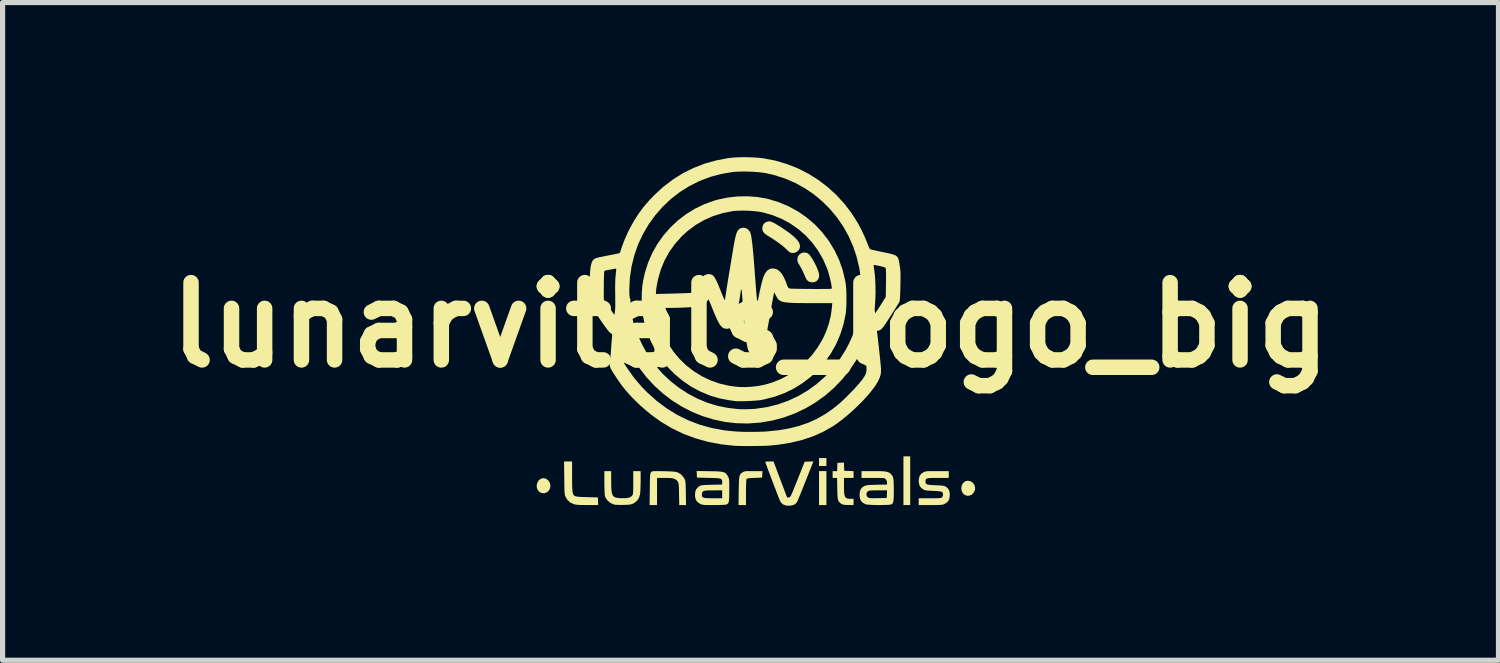
<source format=kicad_pcb>
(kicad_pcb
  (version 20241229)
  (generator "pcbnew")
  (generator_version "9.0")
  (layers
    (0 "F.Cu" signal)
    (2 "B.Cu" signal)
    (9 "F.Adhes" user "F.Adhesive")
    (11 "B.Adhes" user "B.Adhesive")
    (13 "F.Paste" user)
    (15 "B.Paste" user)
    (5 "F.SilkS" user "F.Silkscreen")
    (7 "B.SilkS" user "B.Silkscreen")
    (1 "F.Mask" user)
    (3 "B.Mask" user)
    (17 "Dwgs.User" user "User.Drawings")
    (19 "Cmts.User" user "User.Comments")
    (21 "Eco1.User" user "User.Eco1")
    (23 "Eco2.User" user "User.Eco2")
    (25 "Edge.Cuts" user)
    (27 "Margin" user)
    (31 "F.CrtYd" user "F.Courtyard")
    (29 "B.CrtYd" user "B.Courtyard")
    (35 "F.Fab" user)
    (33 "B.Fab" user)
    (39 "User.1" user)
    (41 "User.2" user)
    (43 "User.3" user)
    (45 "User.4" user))
  (footprint "lunarvitals_logo_big"
    (layer "F.Cu")
    (at 11.514 3.256)
    (property "Reference" "lunarvitals_logo_big" (at 0 0 0) (layer "F.SilkS") (effects (font (size 1.5 1.5) (thickness 0.3))))
    (attr board_only exclude_from_pos_files exclude_from_bom)
    (fp_poly (pts (xy 1.473 2.66) (xy 1.473 2.737) (xy 1.401 2.737) (xy 1.33 2.737) (xy 1.33 2.66) (xy 1.33 2.583) (xy 1.401 2.583) (xy 1.473 2.583)) (stroke (width 0) (type solid)) (fill yes) (layer "F.SilkS"))
    (fp_poly (pts (xy 1.473 3.165) (xy 1.473 3.495) (xy 1.401 3.495) (xy 1.33 3.495) (xy 1.33 3.165) (xy 1.33 2.836) (xy 1.401 2.836) (xy 1.473 2.836)) (stroke (width 0) (type solid)) (fill yes) (layer "F.SilkS"))
    (fp_poly (pts (xy 3.099 3.023) (xy 3.099 3.495) (xy 3.033 3.495) (xy 2.968 3.495) (xy 2.968 3.023) (xy 2.968 2.55) (xy 3.033 2.55) (xy 3.099 2.55)) (stroke (width 0) (type solid)) (fill yes) (layer "F.SilkS"))
    (fp_poly (pts (xy -3.97 2.984) (xy -3.931 3.01) (xy -3.9 3.051) (xy -3.889 3.08) (xy -3.883 3.132) (xy -3.894 3.18) (xy -3.92 3.221) (xy -3.958 3.251) (xy -4.003 3.266) (xy -4.052 3.262) (xy -4.096 3.241) (xy -4.128 3.205) (xy -4.146 3.16) (xy -4.149 3.11) (xy -4.137 3.061) (xy -4.109 3.015) (xy -4.1 3.006) (xy -4.059 2.98) (xy -4.014 2.973)) (stroke (width 0) (type solid)) (fill yes) (layer "F.SilkS"))
    (fp_poly (pts (xy 4.269 3.033) (xy 4.311 3.06) (xy 4.342 3.099) (xy 4.358 3.147) (xy 4.357 3.198) (xy 4.354 3.207) (xy 4.33 3.256) (xy 4.295 3.292) (xy 4.251 3.312) (xy 4.204 3.315) (xy 4.158 3.299) (xy 4.157 3.298) (xy 4.12 3.264) (xy 4.098 3.221) (xy 4.091 3.174) (xy 4.096 3.127) (xy 4.114 3.084) (xy 4.144 3.05) (xy 4.183 3.028) (xy 4.219 3.023)) (stroke (width 0) (type solid)) (fill yes) (layer "F.SilkS"))
    (fp_poly (pts (xy 0.229 2.899) (xy 0.225 2.962) (xy 0.079 2.968) (xy 0.016 2.97) (xy -0.028 2.974) (xy -0.056 2.979) (xy -0.072 2.985) (xy -0.077 2.99) (xy -0.08 3.005) (xy -0.083 3.039) (xy -0.085 3.088) (xy -0.087 3.149) (xy -0.088 3.218) (xy -0.088 3.251) (xy -0.088 3.495) (xy -0.16 3.495) (xy -0.232 3.495) (xy -0.229 3.223) (xy -0.227 3.131) (xy -0.225 3.058) (xy -0.223 3.002) (xy -0.218 2.96) (xy -0.211 2.928) (xy -0.202 2.905) (xy -0.189 2.888) (xy -0.172 2.873) (xy -0.155 2.861) (xy -0.14 2.851) (xy -0.123 2.845) (xy -0.103 2.84) (xy -0.073 2.837) (xy -0.031 2.836) (xy 0.027 2.836) (xy 0.057 2.836) (xy 0.232 2.836)) (stroke (width 0) (type solid)) (fill yes) (layer "F.SilkS"))
    (fp_poly (pts (xy 1.08 -1.402) (xy 1.11 -1.39) (xy 1.137 -1.369) (xy 1.168 -1.33) (xy 1.202 -1.278) (xy 1.237 -1.217) (xy 1.271 -1.15) (xy 1.301 -1.081) (xy 1.317 -1.037) (xy 1.331 -0.986) (xy 1.332 -0.944) (xy 1.32 -0.904) (xy 1.309 -0.881) (xy 1.281 -0.85) (xy 1.241 -0.832) (xy 1.194 -0.826) (xy 1.149 -0.835) (xy 1.127 -0.846) (xy 1.11 -0.858) (xy 1.096 -0.872) (xy 1.083 -0.891) (xy 1.068 -0.92) (xy 1.05 -0.963) (xy 1.037 -0.992) (xy 1.013 -1.045) (xy 0.984 -1.102) (xy 0.955 -1.151) (xy 0.928 -1.198) (xy 0.913 -1.235) (xy 0.909 -1.267) (xy 0.909 -1.27) (xy 0.918 -1.322) (xy 0.944 -1.363) (xy 0.983 -1.392) (xy 1.029 -1.406)) (stroke (width 0) (type solid)) (fill yes) (layer "F.SilkS"))
    (fp_poly (pts (xy 0.398 -2.004) (xy 0.447 -1.983) (xy 0.512 -1.947) (xy 0.593 -1.897) (xy 0.654 -1.856) (xy 0.752 -1.787) (xy 0.83 -1.725) (xy 0.89 -1.668) (xy 0.931 -1.617) (xy 0.954 -1.569) (xy 0.961 -1.524) (xy 0.951 -1.481) (xy 0.936 -1.453) (xy 0.904 -1.422) (xy 0.861 -1.402) (xy 0.814 -1.396) (xy 0.771 -1.406) (xy 0.764 -1.409) (xy 0.746 -1.423) (xy 0.718 -1.448) (xy 0.686 -1.478) (xy 0.681 -1.483) (xy 0.642 -1.519) (xy 0.587 -1.562) (xy 0.522 -1.61) (xy 0.45 -1.659) (xy 0.376 -1.707) (xy 0.325 -1.737) (xy 0.271 -1.777) (xy 0.239 -1.82) (xy 0.227 -1.868) (xy 0.237 -1.921) (xy 0.252 -1.955) (xy 0.277 -1.982) (xy 0.316 -2.002) (xy 0.359 -2.011) (xy 0.364 -2.011)) (stroke (width 0) (type solid)) (fill yes) (layer "F.SilkS"))
    (fp_poly (pts (xy -3.462 2.94) (xy -3.462 3.038) (xy -3.461 3.117) (xy -3.458 3.178) (xy -3.455 3.224) (xy -3.449 3.259) (xy -3.441 3.284) (xy -3.43 3.301) (xy -3.417 3.314) (xy -3.405 3.321) (xy -3.385 3.327) (xy -3.347 3.333) (xy -3.29 3.337) (xy -3.213 3.34) (xy -3.171 3.341) (xy -2.962 3.347) (xy -2.959 3.421) (xy -2.956 3.495) (xy -3.168 3.495) (xy -3.246 3.494) (xy -3.306 3.493) (xy -3.351 3.491) (xy -3.386 3.487) (xy -3.414 3.481) (xy -3.438 3.474) (xy -3.502 3.443) (xy -3.552 3.397) (xy -3.586 3.342) (xy -3.593 3.326) (xy -3.599 3.311) (xy -3.603 3.292) (xy -3.606 3.267) (xy -3.609 3.234) (xy -3.611 3.189) (xy -3.612 3.131) (xy -3.613 3.055) (xy -3.614 2.97) (xy -3.618 2.649) (xy -3.54 2.649) (xy -3.462 2.649)) (stroke (width 0) (type solid)) (fill yes) (layer "F.SilkS"))
    (fp_poly (pts (xy 1.816 2.75) (xy 1.819 2.83) (xy 1.91 2.833) (xy 2 2.837) (xy 2 2.902) (xy 2 2.968) (xy 1.907 2.968) (xy 1.814 2.968) (xy 1.814 3.119) (xy 1.814 3.2) (xy 1.818 3.263) (xy 1.826 3.308) (xy 1.838 3.339) (xy 1.858 3.359) (xy 1.885 3.37) (xy 1.922 3.374) (xy 1.946 3.374) (xy 2 3.374) (xy 2 3.435) (xy 2 3.495) (xy 1.91 3.494) (xy 1.865 3.493) (xy 1.826 3.49) (xy 1.801 3.488) (xy 1.797 3.487) (xy 1.751 3.465) (xy 1.714 3.427) (xy 1.706 3.414) (xy 1.699 3.397) (xy 1.694 3.374) (xy 1.69 3.341) (xy 1.687 3.295) (xy 1.685 3.232) (xy 1.684 3.174) (xy 1.68 2.968) (xy 1.637 2.968) (xy 1.594 2.968) (xy 1.594 2.902) (xy 1.594 2.836) (xy 1.637 2.836) (xy 1.681 2.836) (xy 1.684 2.756) (xy 1.687 2.676) (xy 1.75 2.673) (xy 1.813 2.67)) (stroke (width 0) (type solid)) (fill yes) (layer "F.SilkS"))
    (fp_poly (pts (xy -1.798 2.836) (xy -1.735 2.837) (xy -1.682 2.838) (xy -1.598 2.84) (xy -1.532 2.843) (xy -1.481 2.847) (xy -1.442 2.853) (xy -1.411 2.863) (xy -1.385 2.876) (xy -1.36 2.893) (xy -1.342 2.908) (xy -1.314 2.937) (xy -1.288 2.973) (xy -1.283 2.983) (xy -1.275 2.999) (xy -1.268 3.017) (xy -1.264 3.039) (xy -1.261 3.068) (xy -1.258 3.109) (xy -1.257 3.164) (xy -1.255 3.236) (xy -1.255 3.262) (xy -1.251 3.495) (xy -1.317 3.495) (xy -1.383 3.495) (xy -1.387 3.282) (xy -1.388 3.207) (xy -1.39 3.151) (xy -1.392 3.111) (xy -1.395 3.082) (xy -1.4 3.063) (xy -1.406 3.048) (xy -1.413 3.037) (xy -1.435 3.011) (xy -1.461 2.993) (xy -1.493 2.98) (xy -1.536 2.972) (xy -1.594 2.968) (xy -1.662 2.968) (xy -1.814 2.968) (xy -1.814 3.231) (xy -1.814 3.495) (xy -1.886 3.495) (xy -1.958 3.495) (xy -1.954 3.188) (xy -1.953 3.098) (xy -1.952 3.027) (xy -1.951 2.973) (xy -1.949 2.932) (xy -1.946 2.904) (xy -1.943 2.884) (xy -1.938 2.871) (xy -1.933 2.862) (xy -1.929 2.858) (xy -1.921 2.85) (xy -1.912 2.844) (xy -1.898 2.84) (xy -1.876 2.837) (xy -1.844 2.836)) (stroke (width 0) (type solid)) (fill yes) (layer "F.SilkS"))
    (fp_poly (pts (xy -2.703 3.036) (xy -2.702 3.128) (xy -2.699 3.201) (xy -2.691 3.256) (xy -2.679 3.297) (xy -2.66 3.325) (xy -2.632 3.344) (xy -2.595 3.354) (xy -2.547 3.36) (xy -2.509 3.362) (xy -2.433 3.362) (xy -2.376 3.355) (xy -2.334 3.342) (xy -2.304 3.32) (xy -2.298 3.312) (xy -2.29 3.301) (xy -2.284 3.288) (xy -2.28 3.27) (xy -2.278 3.243) (xy -2.276 3.205) (xy -2.275 3.152) (xy -2.275 3.08) (xy -2.275 3.059) (xy -2.275 2.836) (xy -2.204 2.836) (xy -2.132 2.836) (xy -2.132 3.025) (xy -2.133 3.093) (xy -2.135 3.159) (xy -2.137 3.217) (xy -2.141 3.262) (xy -2.143 3.281) (xy -2.164 3.353) (xy -2.202 3.411) (xy -2.256 3.454) (xy -2.269 3.462) (xy -2.294 3.473) (xy -2.317 3.481) (xy -2.344 3.486) (xy -2.38 3.489) (xy -2.43 3.491) (xy -2.473 3.492) (xy -2.53 3.492) (xy -2.581 3.491) (xy -2.622 3.489) (xy -2.646 3.486) (xy -2.649 3.485) (xy -2.715 3.455) (xy -2.769 3.413) (xy -2.808 3.361) (xy -2.824 3.322) (xy -2.828 3.299) (xy -2.831 3.257) (xy -2.833 3.202) (xy -2.835 3.137) (xy -2.836 3.067) (xy -2.836 3.058) (xy -2.836 2.836) (xy -2.77 2.836) (xy -2.704 2.836)) (stroke (width 0) (type solid)) (fill yes) (layer "F.SilkS"))
    (fp_poly (pts (xy 1.21 2.675) (xy 1.194 2.715) (xy 1.173 2.769) (xy 1.147 2.834) (xy 1.119 2.906) (xy 1.088 2.983) (xy 1.056 3.062) (xy 1.025 3.14) (xy 0.995 3.215) (xy 0.968 3.282) (xy 0.944 3.34) (xy 0.925 3.386) (xy 0.912 3.417) (xy 0.907 3.428) (xy 0.887 3.457) (xy 0.865 3.478) (xy 0.825 3.496) (xy 0.773 3.506) (xy 0.719 3.507) (xy 0.695 3.505) (xy 0.64 3.487) (xy 0.599 3.454) (xy 0.572 3.413) (xy 0.565 3.394) (xy 0.55 3.359) (xy 0.531 3.31) (xy 0.508 3.25) (xy 0.482 3.181) (xy 0.453 3.107) (xy 0.424 3.03) (xy 0.395 2.954) (xy 0.368 2.88) (xy 0.342 2.813) (xy 0.321 2.753) (xy 0.303 2.706) (xy 0.291 2.672) (xy 0.286 2.656) (xy 0.286 2.655) (xy 0.296 2.652) (xy 0.322 2.65) (xy 0.36 2.649) (xy 0.366 2.649) (xy 0.447 2.649) (xy 0.578 2.998) (xy 0.71 3.347) (xy 0.742 3.347) (xy 0.751 3.346) (xy 0.759 3.344) (xy 0.767 3.337) (xy 0.777 3.325) (xy 0.788 3.304) (xy 0.802 3.273) (xy 0.821 3.229) (xy 0.844 3.172) (xy 0.874 3.098) (xy 0.911 3.006) (xy 0.913 3.001) (xy 1.051 2.654) (xy 1.135 2.651) (xy 1.22 2.648)) (stroke (width 0) (type solid)) (fill yes) (layer "F.SilkS"))
    (fp_poly (pts (xy 3.847 2.902) (xy 3.847 2.968) (xy 3.639 2.968) (xy 3.56 2.968) (xy 3.5 2.969) (xy 3.457 2.973) (xy 3.428 2.979) (xy 3.41 2.988) (xy 3.4 3.002) (xy 3.397 3.02) (xy 3.396 3.038) (xy 3.398 3.062) (xy 3.405 3.079) (xy 3.42 3.091) (xy 3.447 3.099) (xy 3.488 3.105) (xy 3.546 3.108) (xy 3.593 3.11) (xy 3.658 3.113) (xy 3.705 3.116) (xy 3.739 3.121) (xy 3.763 3.127) (xy 3.782 3.135) (xy 3.794 3.141) (xy 3.834 3.176) (xy 3.859 3.223) (xy 3.867 3.283) (xy 3.867 3.315) (xy 3.858 3.373) (xy 3.838 3.416) (xy 3.804 3.45) (xy 3.77 3.47) (xy 3.752 3.479) (xy 3.735 3.485) (xy 3.713 3.489) (xy 3.685 3.492) (xy 3.646 3.494) (xy 3.594 3.495) (xy 3.524 3.495) (xy 3.493 3.495) (xy 3.264 3.495) (xy 3.264 3.429) (xy 3.264 3.363) (xy 3.482 3.363) (xy 3.558 3.363) (xy 3.614 3.362) (xy 3.654 3.361) (xy 3.682 3.359) (xy 3.7 3.355) (xy 3.712 3.349) (xy 3.719 3.343) (xy 3.733 3.315) (xy 3.736 3.281) (xy 3.727 3.251) (xy 3.719 3.241) (xy 3.701 3.234) (xy 3.666 3.228) (xy 3.613 3.223) (xy 3.546 3.22) (xy 3.481 3.217) (xy 3.434 3.214) (xy 3.4 3.209) (xy 3.375 3.203) (xy 3.356 3.194) (xy 3.352 3.192) (xy 3.306 3.155) (xy 3.277 3.109) (xy 3.265 3.049) (xy 3.264 3.029) (xy 3.271 2.964) (xy 3.291 2.914) (xy 3.326 2.877) (xy 3.352 2.861) (xy 3.37 2.852) (xy 3.387 2.846) (xy 3.408 2.841) (xy 3.436 2.838) (xy 3.474 2.837) (xy 3.526 2.836) (xy 3.596 2.836) (xy 3.623 2.836) (xy 3.847 2.836)) (stroke (width 0) (type solid)) (fill yes) (layer "F.SilkS"))
    (fp_poly (pts (xy 2.388 2.836) (xy 2.476 2.836) (xy 2.546 2.838) (xy 2.6 2.842) (xy 2.641 2.848) (xy 2.673 2.858) (xy 2.698 2.871) (xy 2.719 2.888) (xy 2.733 2.903) (xy 2.749 2.922) (xy 2.761 2.943) (xy 2.769 2.969) (xy 2.775 3.004) (xy 2.778 3.051) (xy 2.78 3.112) (xy 2.781 3.192) (xy 2.781 3.204) (xy 2.78 3.287) (xy 2.779 3.35) (xy 2.775 3.397) (xy 2.77 3.431) (xy 2.762 3.454) (xy 2.75 3.47) (xy 2.735 3.48) (xy 2.73 3.483) (xy 2.708 3.487) (xy 2.669 3.491) (xy 2.617 3.493) (xy 2.556 3.494) (xy 2.49 3.495) (xy 2.423 3.494) (xy 2.361 3.492) (xy 2.306 3.489) (xy 2.264 3.486) (xy 2.238 3.481) (xy 2.237 3.481) (xy 2.181 3.452) (xy 2.144 3.415) (xy 2.124 3.366) (xy 2.116 3.302) (xy 2.116 3.3) (xy 2.117 3.295) (xy 2.249 3.295) (xy 2.262 3.329) (xy 2.275 3.343) (xy 2.287 3.351) (xy 2.302 3.356) (xy 2.324 3.36) (xy 2.356 3.361) (xy 2.403 3.362) (xy 2.469 3.361) (xy 2.472 3.361) (xy 2.643 3.358) (xy 2.647 3.284) (xy 2.65 3.209) (xy 2.475 3.209) (xy 2.407 3.21) (xy 2.359 3.211) (xy 2.324 3.213) (xy 2.301 3.217) (xy 2.286 3.222) (xy 2.275 3.23) (xy 2.254 3.259) (xy 2.249 3.295) (xy 2.117 3.295) (xy 2.122 3.236) (xy 2.139 3.187) (xy 2.172 3.15) (xy 2.204 3.129) (xy 2.222 3.12) (xy 2.241 3.114) (xy 2.267 3.11) (xy 2.301 3.106) (xy 2.349 3.104) (xy 2.413 3.102) (xy 2.448 3.101) (xy 2.649 3.097) (xy 2.649 3.056) (xy 2.641 3.016) (xy 2.623 2.991) (xy 2.614 2.983) (xy 2.603 2.977) (xy 2.587 2.973) (xy 2.563 2.97) (xy 2.527 2.969) (xy 2.478 2.968) (xy 2.411 2.968) (xy 2.376 2.968) (xy 2.154 2.968) (xy 2.154 2.902) (xy 2.154 2.836)) (stroke (width 0) (type solid)) (fill yes) (layer "F.SilkS"))
    (fp_poly (pts (xy -0.795 2.838) (xy -0.705 2.839) (xy -0.634 2.842) (xy -0.58 2.846) (xy -0.539 2.852) (xy -0.508 2.862) (xy -0.485 2.876) (xy -0.466 2.895) (xy -0.449 2.92) (xy -0.439 2.937) (xy -0.43 2.954) (xy -0.423 2.97) (xy -0.418 2.989) (xy -0.415 3.015) (xy -0.413 3.05) (xy -0.412 3.099) (xy -0.412 3.164) (xy -0.412 3.204) (xy -0.413 3.287) (xy -0.414 3.35) (xy -0.417 3.398) (xy -0.422 3.431) (xy -0.43 3.454) (xy -0.442 3.47) (xy -0.457 3.48) (xy -0.468 3.485) (xy -0.488 3.488) (xy -0.525 3.491) (xy -0.577 3.493) (xy -0.638 3.495) (xy -0.707 3.495) (xy -0.713 3.495) (xy -0.788 3.495) (xy -0.844 3.494) (xy -0.886 3.493) (xy -0.917 3.49) (xy -0.94 3.486) (xy -0.958 3.48) (xy -0.976 3.472) (xy -0.979 3.47) (xy -1.027 3.438) (xy -1.058 3.398) (xy -1.074 3.346) (xy -1.076 3.31) (xy -0.943 3.31) (xy -0.938 3.33) (xy -0.925 3.345) (xy -0.901 3.354) (xy -0.863 3.36) (xy -0.81 3.362) (xy -0.737 3.363) (xy -0.723 3.363) (xy -0.55 3.363) (xy -0.55 3.286) (xy -0.55 3.209) (xy -0.717 3.21) (xy -0.792 3.21) (xy -0.849 3.212) (xy -0.889 3.217) (xy -0.915 3.226) (xy -0.931 3.239) (xy -0.939 3.257) (xy -0.943 3.282) (xy -0.943 3.283) (xy -0.943 3.31) (xy -1.076 3.31) (xy -1.077 3.297) (xy -1.071 3.233) (xy -1.051 3.184) (xy -1.015 3.145) (xy -0.989 3.128) (xy -0.973 3.119) (xy -0.955 3.113) (xy -0.93 3.109) (xy -0.896 3.106) (xy -0.849 3.104) (xy -0.785 3.102) (xy -0.75 3.101) (xy -0.55 3.097) (xy -0.55 3.057) (xy -0.55 3.03) (xy -0.554 3.01) (xy -0.562 2.996) (xy -0.579 2.985) (xy -0.607 2.978) (xy -0.648 2.973) (xy -0.705 2.97) (xy -0.78 2.968) (xy -0.81 2.968) (xy -1.039 2.962) (xy -1.042 2.898) (xy -1.045 2.834)) (stroke (width 0) (type solid)) (fill yes) (layer "F.SilkS"))
    (fp_poly (pts (xy 0.132 -2.483) (xy 0.314 -2.452) (xy 0.346 -2.444) (xy 0.546 -2.383) (xy 0.737 -2.303) (xy 0.918 -2.205) (xy 1.087 -2.088) (xy 1.243 -1.956) (xy 1.384 -1.807) (xy 1.51 -1.644) (xy 1.533 -1.61) (xy 1.637 -1.436) (xy 1.721 -1.257) (xy 1.787 -1.07) (xy 1.835 -0.872) (xy 1.848 -0.797) (xy 1.854 -0.742) (xy 1.859 -0.671) (xy 1.861 -0.59) (xy 1.862 -0.503) (xy 1.861 -0.416) (xy 1.858 -0.335) (xy 1.853 -0.266) (xy 1.848 -0.22) (xy 1.805 -0.013) (xy 1.742 0.185) (xy 1.661 0.373) (xy 1.562 0.549) (xy 1.447 0.714) (xy 1.317 0.865) (xy 1.173 1.003) (xy 1.015 1.125) (xy 0.844 1.232) (xy 0.662 1.321) (xy 0.47 1.392) (xy 0.268 1.444) (xy 0.198 1.458) (xy 0.157 1.463) (xy 0.101 1.468) (xy 0.035 1.472) (xy -0.036 1.476) (xy -0.108 1.479) (xy -0.175 1.48) (xy -0.232 1.48) (xy -0.275 1.479) (xy -0.291 1.477) (xy -0.318 1.474) (xy -0.359 1.468) (xy -0.405 1.462) (xy -0.412 1.461) (xy -0.606 1.424) (xy -0.796 1.367) (xy -0.978 1.29) (xy -1.152 1.196) (xy -1.317 1.084) (xy -1.47 0.956) (xy -1.61 0.814) (xy -1.736 0.658) (xy -1.845 0.49) (xy -1.934 0.319) (xy -2.004 0.148) (xy -2.055 -0.019) (xy -2.089 -0.188) (xy -2.104 -0.33) (xy -1.824 -0.33) (xy -1.824 -0.301) (xy -1.822 -0.278) (xy -1.817 -0.24) (xy -1.808 -0.193) (xy -1.802 -0.163) (xy -1.754 0.021) (xy -1.686 0.196) (xy -1.6 0.361) (xy -1.497 0.515) (xy -1.379 0.657) (xy -1.247 0.785) (xy -1.101 0.898) (xy -0.944 0.995) (xy -0.776 1.076) (xy -0.599 1.138) (xy -0.415 1.18) (xy -0.374 1.186) (xy -0.275 1.199) (xy -0.187 1.205) (xy -0.103 1.206) (xy -0.013 1.201) (xy 0.027 1.198) (xy 0.139 1.185) (xy 0.238 1.167) (xy 0.334 1.143) (xy 0.429 1.114) (xy 0.601 1.044) (xy 0.765 0.956) (xy 0.92 0.849) (xy 1.062 0.726) (xy 1.191 0.588) (xy 1.304 0.436) (xy 1.4 0.275) (xy 1.467 0.129) (xy 1.52 -0.023) (xy 1.557 -0.175) (xy 1.578 -0.322) (xy 1.579 -0.335) (xy 1.586 -0.423) (xy 1.175 -0.424) (xy 1.043 -0.424) (xy 0.931 -0.425) (xy 0.838 -0.427) (xy 0.761 -0.431) (xy 0.698 -0.437) (xy 0.647 -0.444) (xy 0.608 -0.454) (xy 0.576 -0.468) (xy 0.552 -0.484) (xy 0.532 -0.504) (xy 0.516 -0.529) (xy 0.501 -0.555) (xy 0.481 -0.593) (xy 0.47 -0.616) (xy 0.463 -0.626) (xy 0.46 -0.628) (xy 0.458 -0.626) (xy 0.457 -0.626) (xy 0.454 -0.614) (xy 0.448 -0.583) (xy 0.439 -0.536) (xy 0.428 -0.474) (xy 0.415 -0.401) (xy 0.4 -0.318) (xy 0.385 -0.236) (xy 0.361 -0.096) (xy 0.339 0.024) (xy 0.321 0.125) (xy 0.304 0.211) (xy 0.29 0.282) (xy 0.277 0.34) (xy 0.266 0.388) (xy 0.255 0.426) (xy 0.245 0.457) (xy 0.234 0.482) (xy 0.224 0.503) (xy 0.217 0.514) (xy 0.183 0.552) (xy 0.139 0.574) (xy 0.09 0.582) (xy 0.042 0.574) (xy -0.001 0.552) (xy -0.034 0.514) (xy -0.036 0.509) (xy -0.051 0.47) (xy -0.065 0.41) (xy -0.079 0.329) (xy -0.093 0.227) (xy -0.107 0.103) (xy -0.121 -0.043) (xy -0.135 -0.21) (xy -0.149 -0.398) (xy -0.155 -0.478) (xy -0.16 -0.543) (xy -0.164 -0.6) (xy -0.169 -0.647) (xy -0.173 -0.678) (xy -0.176 -0.691) (xy -0.181 -0.69) (xy -0.187 -0.67) (xy -0.192 -0.642) (xy -0.202 -0.567) (xy -0.215 -0.485) (xy -0.231 -0.4) (xy -0.248 -0.315) (xy -0.265 -0.233) (xy -0.282 -0.158) (xy -0.299 -0.094) (xy -0.314 -0.043) (xy -0.326 -0.009) (xy -0.33 -0.002) (xy -0.367 0.041) (xy -0.413 0.067) (xy -0.464 0.076) (xy -0.515 0.065) (xy -0.54 0.052) (xy -0.566 0.03) (xy -0.591 -0.002) (xy -0.618 -0.045) (xy -0.648 -0.103) (xy -0.682 -0.179) (xy -0.709 -0.243) (xy -0.733 -0.302) (xy -0.756 -0.358) (xy -0.775 -0.406) (xy -0.79 -0.44) (xy -0.793 -0.449) (xy -0.813 -0.497) (xy -0.849 -0.452) (xy -0.881 -0.42) (xy -0.921 -0.391) (xy -0.94 -0.38) (xy -0.96 -0.371) (xy -0.982 -0.363) (xy -1.007 -0.358) (xy -1.04 -0.353) (xy -1.085 -0.349) (xy -1.145 -0.345) (xy -1.218 -0.341) (xy -1.303 -0.337) (xy -1.398 -0.334) (xy -1.492 -0.332) (xy -1.58 -0.33) (xy -1.633 -0.33) (xy -1.824 -0.33) (xy -2.104 -0.33) (xy -2.108 -0.365) (xy -2.112 -0.506) (xy -2.11 -0.601) (xy -1.835 -0.601) (xy -1.541 -0.608) (xy -1.457 -0.611) (xy -1.375 -0.613) (xy -1.298 -0.616) (xy -1.232 -0.618) (xy -1.18 -0.621) (xy -1.152 -0.623) (xy -1.114 -0.625) (xy -1.087 -0.628) (xy -1.067 -0.635) (xy -1.051 -0.649) (xy -1.038 -0.673) (xy -1.023 -0.709) (xy -1.004 -0.762) (xy -0.993 -0.791) (xy -0.97 -0.851) (xy -0.952 -0.894) (xy -0.935 -0.924) (xy -0.917 -0.945) (xy -0.896 -0.962) (xy -0.887 -0.968) (xy -0.837 -0.986) (xy -0.785 -0.986) (xy -0.742 -0.969) (xy -0.722 -0.953) (xy -0.702 -0.93) (xy -0.681 -0.895) (xy -0.657 -0.848) (xy -0.629 -0.786) (xy -0.596 -0.706) (xy -0.582 -0.669) (xy -0.551 -0.593) (xy -0.528 -0.538) (xy -0.511 -0.502) (xy -0.5 -0.484) (xy -0.495 -0.485) (xy -0.495 -0.49) (xy -0.493 -0.506) (xy -0.488 -0.541) (xy -0.48 -0.593) (xy -0.47 -0.659) (xy -0.458 -0.737) (xy -0.444 -0.824) (xy -0.429 -0.917) (xy -0.413 -1.014) (xy -0.397 -1.112) (xy -0.381 -1.21) (xy -0.365 -1.304) (xy -0.351 -1.391) (xy -0.337 -1.47) (xy -0.326 -1.538) (xy -0.316 -1.592) (xy -0.309 -1.629) (xy -0.308 -1.635) (xy -0.291 -1.711) (xy -0.276 -1.768) (xy -0.26 -1.809) (xy -0.241 -1.839) (xy -0.219 -1.861) (xy -0.198 -1.874) (xy -0.148 -1.888) (xy -0.099 -1.882) (xy -0.054 -1.858) (xy -0.017 -1.817) (xy -0.007 -1.798) (xy 0.002 -1.776) (xy 0.01 -1.744) (xy 0.018 -1.7) (xy 0.026 -1.644) (xy 0.035 -1.573) (xy 0.044 -1.487) (xy 0.054 -1.384) (xy 0.064 -1.264) (xy 0.075 -1.124) (xy 0.087 -0.964) (xy 0.089 -0.931) (xy 0.097 -0.829) (xy 0.104 -0.733) (xy 0.111 -0.647) (xy 0.118 -0.572) (xy 0.123 -0.51) (xy 0.127 -0.465) (xy 0.131 -0.437) (xy 0.132 -0.429) (xy 0.137 -0.439) (xy 0.144 -0.465) (xy 0.151 -0.503) (xy 0.153 -0.514) (xy 0.165 -0.583) (xy 0.181 -0.659) (xy 0.198 -0.735) (xy 0.215 -0.808) (xy 0.232 -0.872) (xy 0.247 -0.922) (xy 0.253 -0.937) (xy 0.287 -1.008) (xy 0.328 -1.058) (xy 0.377 -1.089) (xy 0.431 -1.098) (xy 0.491 -1.087) (xy 0.512 -1.078) (xy 0.558 -1.048) (xy 0.602 -1.001) (xy 0.643 -0.934) (xy 0.682 -0.849) (xy 0.704 -0.789) (xy 0.719 -0.75) (xy 0.731 -0.726) (xy 0.745 -0.714) (xy 0.763 -0.708) (xy 0.769 -0.707) (xy 0.788 -0.705) (xy 0.825 -0.703) (xy 0.877 -0.702) (xy 0.941 -0.701) (xy 1.014 -0.7) (xy 1.093 -0.699) (xy 1.174 -0.699) (xy 1.256 -0.698) (xy 1.334 -0.698) (xy 1.406 -0.699) (xy 1.469 -0.699) (xy 1.52 -0.7) (xy 1.556 -0.701) (xy 1.574 -0.703) (xy 1.575 -0.703) (xy 1.577 -0.719) (xy 1.574 -0.751) (xy 1.566 -0.796) (xy 1.555 -0.851) (xy 1.541 -0.911) (xy 1.525 -0.972) (xy 1.508 -1.03) (xy 1.491 -1.081) (xy 1.487 -1.094) (xy 1.409 -1.273) (xy 1.313 -1.44) (xy 1.201 -1.594) (xy 1.073 -1.734) (xy 0.931 -1.858) (xy 0.776 -1.966) (xy 0.609 -2.057) (xy 0.431 -2.13) (xy 0.243 -2.183) (xy 0.224 -2.188) (xy 0.151 -2.2) (xy 0.063 -2.209) (xy -0.032 -2.216) (xy -0.129 -2.219) (xy -0.221 -2.218) (xy -0.302 -2.214) (xy -0.34 -2.21) (xy -0.537 -2.171) (xy -0.724 -2.113) (xy -0.9 -2.036) (xy -1.065 -1.94) (xy -1.22 -1.824) (xy -1.335 -1.719) (xy -1.464 -1.575) (xy -1.575 -1.42) (xy -1.667 -1.254) (xy -1.74 -1.077) (xy -1.794 -0.889) (xy -1.82 -0.758) (xy -1.827 -0.711) (xy -1.832 -0.669) (xy -1.835 -0.638) (xy -1.835 -0.633) (xy -1.835 -0.601) (xy -2.11 -0.601) (xy -2.109 -0.636) (xy -2.1 -0.753) (xy -2.082 -0.867) (xy -2.056 -0.985) (xy -2.049 -1.015) (xy -1.987 -1.21) (xy -1.906 -1.397) (xy -1.806 -1.573) (xy -1.69 -1.737) (xy -1.558 -1.888) (xy -1.412 -2.026) (xy -1.252 -2.148) (xy -1.081 -2.254) (xy -0.898 -2.343) (xy -0.706 -2.412) (xy -0.63 -2.434) (xy -0.444 -2.472) (xy -0.252 -2.494) (xy -0.058 -2.497)) (stroke (width 0) (type solid)) (fill yes) (layer "F.SilkS"))
    (fp_poly (pts (xy 0.007 -3.253) (xy 0.122 -3.247) (xy 0.226 -3.237) (xy 0.259 -3.232) (xy 0.487 -3.188) (xy 0.708 -3.122) (xy 0.921 -3.038) (xy 1.125 -2.934) (xy 1.318 -2.813) (xy 1.5 -2.674) (xy 1.668 -2.52) (xy 1.823 -2.35) (xy 1.964 -2.166) (xy 2.088 -1.968) (xy 2.155 -1.841) (xy 2.185 -1.777) (xy 2.216 -1.71) (xy 2.243 -1.647) (xy 2.264 -1.594) (xy 2.268 -1.583) (xy 2.285 -1.538) (xy 2.302 -1.501) (xy 2.315 -1.477) (xy 2.32 -1.47) (xy 2.335 -1.466) (xy 2.368 -1.457) (xy 2.416 -1.446) (xy 2.476 -1.433) (xy 2.543 -1.419) (xy 2.571 -1.413) (xy 2.657 -1.395) (xy 2.725 -1.38) (xy 2.776 -1.365) (xy 2.814 -1.35) (xy 2.84 -1.331) (xy 2.859 -1.307) (xy 2.871 -1.277) (xy 2.881 -1.237) (xy 2.89 -1.187) (xy 2.892 -1.175) (xy 2.899 -1.134) (xy 2.904 -1.095) (xy 2.908 -1.056) (xy 2.91 -1.012) (xy 2.911 -0.96) (xy 2.911 -0.895) (xy 2.91 -0.814) (xy 2.909 -0.762) (xy 2.906 -0.656) (xy 2.903 -0.571) (xy 2.899 -0.508) (xy 2.895 -0.467) (xy 2.89 -0.449) (xy 2.881 -0.433) (xy 2.861 -0.401) (xy 2.834 -0.356) (xy 2.799 -0.301) (xy 2.76 -0.239) (xy 2.72 -0.176) (xy 2.667 -0.094) (xy 2.624 -0.029) (xy 2.589 0.021) (xy 2.56 0.058) (xy 2.536 0.083) (xy 2.515 0.099) (xy 2.496 0.107) (xy 2.476 0.11) (xy 2.474 0.11) (xy 2.458 0.113) (xy 2.454 0.126) (xy 2.456 0.146) (xy 2.46 0.169) (xy 2.465 0.211) (xy 2.471 0.267) (xy 2.479 0.335) (xy 2.488 0.41) (xy 2.496 0.489) (xy 2.505 0.569) (xy 2.513 0.645) (xy 2.52 0.714) (xy 2.526 0.774) (xy 2.528 0.79) (xy 2.533 0.867) (xy 2.531 0.929) (xy 2.52 0.985) (xy 2.5 1.041) (xy 2.468 1.105) (xy 2.465 1.11) (xy 2.417 1.187) (xy 2.353 1.273) (xy 2.276 1.366) (xy 2.188 1.463) (xy 2.091 1.56) (xy 1.99 1.657) (xy 1.885 1.75) (xy 1.78 1.836) (xy 1.677 1.913) (xy 1.589 1.972) (xy 1.408 2.074) (xy 1.213 2.161) (xy 1.004 2.231) (xy 0.78 2.285) (xy 0.541 2.324) (xy 0.369 2.341) (xy 0.317 2.344) (xy 0.248 2.346) (xy 0.167 2.348) (xy 0.079 2.349) (xy -0.011 2.35) (xy -0.099 2.35) (xy -0.18 2.349) (xy -0.25 2.347) (xy -0.302 2.345) (xy -0.308 2.345) (xy -0.571 2.316) (xy -0.824 2.268) (xy -1.067 2.2) (xy -1.299 2.114) (xy -1.522 2.007) (xy -1.734 1.881) (xy -1.937 1.735) (xy -2.131 1.57) (xy -2.215 1.489) (xy -2.299 1.405) (xy -2.369 1.329) (xy -2.431 1.257) (xy -2.489 1.185) (xy -2.546 1.106) (xy -2.601 1.024) (xy -2.646 0.956) (xy -2.68 0.903) (xy -2.704 0.861) (xy -2.72 0.827) (xy -2.729 0.798) (xy -2.733 0.769) (xy -2.732 0.747) (xy -2.452 0.747) (xy -2.382 0.854) (xy -2.258 1.028) (xy -2.113 1.198) (xy -1.999 1.314) (xy -1.815 1.478) (xy -1.622 1.622) (xy -1.42 1.746) (xy -1.208 1.85) (xy -0.987 1.935) (xy -0.757 1.999) (xy -0.518 2.044) (xy -0.303 2.066) (xy -0.192 2.072) (xy -0.072 2.075) (xy 0.052 2.075) (xy 0.172 2.073) (xy 0.28 2.069) (xy 0.319 2.066) (xy 0.541 2.043) (xy 0.746 2.009) (xy 0.937 1.961) (xy 1.115 1.9) (xy 1.283 1.825) (xy 1.443 1.734) (xy 1.598 1.627) (xy 1.694 1.55) (xy 1.748 1.504) (xy 1.809 1.447) (xy 1.875 1.383) (xy 1.942 1.315) (xy 2.007 1.248) (xy 2.065 1.184) (xy 2.115 1.128) (xy 2.151 1.083) (xy 2.152 1.083) (xy 2.185 1.037) (xy 2.211 0.998) (xy 2.23 0.963) (xy 2.243 0.927) (xy 2.25 0.887) (xy 2.251 0.84) (xy 2.248 0.782) (xy 2.241 0.708) (xy 2.231 0.621) (xy 2.224 0.558) (xy 2.218 0.501) (xy 2.213 0.455) (xy 2.21 0.424) (xy 2.209 0.412) (xy 2.205 0.411) (xy 2.193 0.426) (xy 2.178 0.456) (xy 2.172 0.467) (xy 2.151 0.508) (xy 2.123 0.561) (xy 2.091 0.617) (xy 2.064 0.665) (xy 1.933 0.863) (xy 1.787 1.046) (xy 1.627 1.214) (xy 1.454 1.365) (xy 1.268 1.5) (xy 1.071 1.617) (xy 0.864 1.715) (xy 0.648 1.795) (xy 0.424 1.855) (xy 0.194 1.894) (xy 0.178 1.896) (xy -0.05 1.912) (xy -0.276 1.907) (xy -0.499 1.881) (xy -0.718 1.834) (xy -0.931 1.769) (xy -1.137 1.685) (xy -1.335 1.583) (xy -1.524 1.464) (xy -1.702 1.328) (xy -1.869 1.176) (xy -2.023 1.009) (xy -2.163 0.827) (xy -2.287 0.63) (xy -2.353 0.508) (xy -2.376 0.462) (xy -2.393 0.429) (xy -2.406 0.411) (xy -2.415 0.407) (xy -2.421 0.42) (xy -2.426 0.451) (xy -2.431 0.501) (xy -2.437 0.572) (xy -2.44 0.602) (xy -2.452 0.747) (xy -2.732 0.747) (xy -2.731 0.739) (xy -2.727 0.703) (xy -2.727 0.701) (xy -2.722 0.655) (xy -2.716 0.595) (xy -2.71 0.528) (xy -2.705 0.46) (xy -2.704 0.445) (xy -2.7 0.382) (xy -2.695 0.323) (xy -2.691 0.273) (xy -2.687 0.238) (xy -2.686 0.23) (xy -2.684 0.198) (xy -2.688 0.18) (xy -2.703 0.166) (xy -2.717 0.157) (xy -2.735 0.142) (xy -2.761 0.113) (xy -2.795 0.068) (xy -2.84 0.008) (xy -2.894 -0.07) (xy -2.927 -0.118) (xy -2.972 -0.186) (xy -3.014 -0.248) (xy -3.051 -0.304) (xy -3.08 -0.349) (xy -3.1 -0.382) (xy -3.11 -0.4) (xy -3.11 -0.401) (xy -3.114 -0.421) (xy -3.116 -0.46) (xy -3.118 -0.493) (xy -2.847 -0.493) (xy -2.745 -0.344) (xy -2.644 -0.196) (xy -2.634 -0.238) (xy -2.629 -0.272) (xy -2.626 -0.317) (xy -2.624 -0.352) (xy -2.624 -0.385) (xy -2.624 -0.436) (xy -2.625 -0.499) (xy -2.625 -0.57) (xy -2.626 -0.643) (xy -2.626 -0.643) (xy -2.627 -0.688) (xy -2.352 -0.688) (xy -2.351 -0.613) (xy -2.348 -0.56) (xy -2.343 -0.528) (xy -2.339 -0.519) (xy -2.332 -0.5) (xy -2.329 -0.462) (xy -2.329 -0.411) (xy -2.323 -0.298) (xy -2.303 -0.174) (xy -2.27 -0.04) (xy -2.225 0.099) (xy -2.168 0.241) (xy -2.102 0.382) (xy -2.028 0.519) (xy -1.947 0.65) (xy -1.859 0.771) (xy -1.848 0.785) (xy -1.709 0.943) (xy -1.555 1.088) (xy -1.389 1.218) (xy -1.213 1.333) (xy -1.029 1.43) (xy -0.838 1.509) (xy -0.643 1.569) (xy -0.446 1.608) (xy -0.395 1.615) (xy -0.345 1.62) (xy -0.3 1.626) (xy -0.267 1.629) (xy -0.258 1.631) (xy -0.206 1.634) (xy -0.139 1.636) (xy -0.063 1.635) (xy 0.014 1.632) (xy 0.086 1.628) (xy 0.105 1.626) (xy 0.323 1.594) (xy 0.534 1.541) (xy 0.738 1.468) (xy 0.932 1.377) (xy 1.117 1.267) (xy 1.29 1.141) (xy 1.452 0.998) (xy 1.599 0.839) (xy 1.732 0.665) (xy 1.85 0.478) (xy 1.913 0.357) (xy 1.972 0.227) (xy 2.022 0.096) (xy 2.064 -0.032) (xy 2.095 -0.153) (xy 2.114 -0.264) (xy 2.121 -0.362) (xy 2.121 -0.365) (xy 2.124 -0.416) (xy 2.129 -0.464) (xy 2.137 -0.498) (xy 2.137 -0.5) (xy 2.147 -0.541) (xy 2.152 -0.601) (xy 2.153 -0.675) (xy 2.151 -0.763) (xy 2.144 -0.859) (xy 2.143 -0.879) (xy 2.112 -1.102) (xy 2.1 -1.151) (xy 2.39 -1.151) (xy 2.393 -1.123) (xy 2.399 -1.083) (xy 2.402 -1.061) (xy 2.413 -0.972) (xy 2.421 -0.868) (xy 2.425 -0.756) (xy 2.427 -0.642) (xy 2.424 -0.534) (xy 2.419 -0.441) (xy 2.413 -0.361) (xy 2.41 -0.299) (xy 2.412 -0.256) (xy 2.418 -0.234) (xy 2.423 -0.231) (xy 2.43 -0.24) (xy 2.446 -0.264) (xy 2.471 -0.301) (xy 2.501 -0.347) (xy 2.526 -0.387) (xy 2.625 -0.544) (xy 2.629 -0.821) (xy 2.63 -0.915) (xy 2.63 -0.989) (xy 2.628 -1.044) (xy 2.626 -1.081) (xy 2.623 -1.104) (xy 2.619 -1.111) (xy 2.605 -1.117) (xy 2.576 -1.126) (xy 2.537 -1.137) (xy 2.493 -1.147) (xy 2.452 -1.155) (xy 2.417 -1.162) (xy 2.395 -1.164) (xy 2.39 -1.163) (xy 2.39 -1.151) (xy 2.1 -1.151) (xy 2.061 -1.317) (xy 1.992 -1.524) (xy 1.905 -1.721) (xy 1.801 -1.908) (xy 1.68 -2.084) (xy 1.545 -2.247) (xy 1.395 -2.397) (xy 1.233 -2.532) (xy 1.057 -2.652) (xy 0.871 -2.755) (xy 0.674 -2.84) (xy 0.467 -2.907) (xy 0.294 -2.947) (xy 0.216 -2.958) (xy 0.124 -2.967) (xy 0.022 -2.974) (xy -0.082 -2.977) (xy -0.183 -2.977) (xy -0.275 -2.974) (xy -0.348 -2.968) (xy -0.57 -2.93) (xy -0.784 -2.872) (xy -0.989 -2.794) (xy -1.184 -2.696) (xy -1.369 -2.581) (xy -1.542 -2.447) (xy -1.702 -2.296) (xy -1.849 -2.129) (xy -1.976 -1.953) (xy -2.088 -1.762) (xy -2.182 -1.561) (xy -2.255 -1.352) (xy -2.308 -1.137) (xy -2.341 -0.917) (xy -2.352 -0.693) (xy -2.352 -0.688) (xy -2.627 -0.688) (xy -2.627 -0.729) (xy -2.625 -0.814) (xy -2.623 -0.89) (xy -2.618 -0.953) (xy -2.616 -0.976) (xy -2.611 -1.023) (xy -2.607 -1.061) (xy -2.606 -1.086) (xy -2.606 -1.093) (xy -2.618 -1.092) (xy -2.647 -1.088) (xy -2.687 -1.081) (xy -2.722 -1.075) (xy -2.833 -1.053) (xy -2.84 -1.013) (xy -2.842 -0.99) (xy -2.843 -0.949) (xy -2.845 -0.894) (xy -2.846 -0.829) (xy -2.846 -0.757) (xy -2.847 -0.733) (xy -2.847 -0.493) (xy -3.118 -0.493) (xy -3.119 -0.516) (xy -3.12 -0.587) (xy -3.121 -0.669) (xy -3.121 -0.723) (xy -3.12 -0.848) (xy -3.117 -0.953) (xy -3.112 -1.04) (xy -3.105 -1.111) (xy -3.094 -1.167) (xy -3.082 -1.21) (xy -3.066 -1.243) (xy -3.048 -1.266) (xy -3.035 -1.277) (xy -3.02 -1.287) (xy -3.001 -1.296) (xy -2.972 -1.304) (xy -2.933 -1.314) (xy -2.878 -1.325) (xy -2.806 -1.34) (xy -2.796 -1.342) (xy -2.728 -1.355) (xy -2.666 -1.367) (xy -2.615 -1.378) (xy -2.576 -1.385) (xy -2.556 -1.39) (xy -2.554 -1.39) (xy -2.536 -1.401) (xy -2.523 -1.428) (xy -2.518 -1.447) (xy -2.502 -1.499) (xy -2.478 -1.565) (xy -2.449 -1.64) (xy -2.415 -1.719) (xy -2.38 -1.797) (xy -2.345 -1.868) (xy -2.34 -1.878) (xy -2.255 -2.03) (xy -2.167 -2.167) (xy -2.071 -2.295) (xy -1.963 -2.42) (xy -1.869 -2.518) (xy -1.693 -2.68) (xy -1.507 -2.822) (xy -1.312 -2.944) (xy -1.107 -3.046) (xy -0.892 -3.13) (xy -0.667 -3.193) (xy -0.431 -3.238) (xy -0.429 -3.238) (xy -0.336 -3.248) (xy -0.228 -3.254) (xy -0.112 -3.256)) (stroke (width 0) (type solid)) (fill yes) (layer "F.SilkS")))
  (gr_rect
    (start -3 -3)
    (end 26.029 9.763)
    (stroke (width 0.1) (type default))
    (fill no)
    (layer "Edge.Cuts")))
</source>
